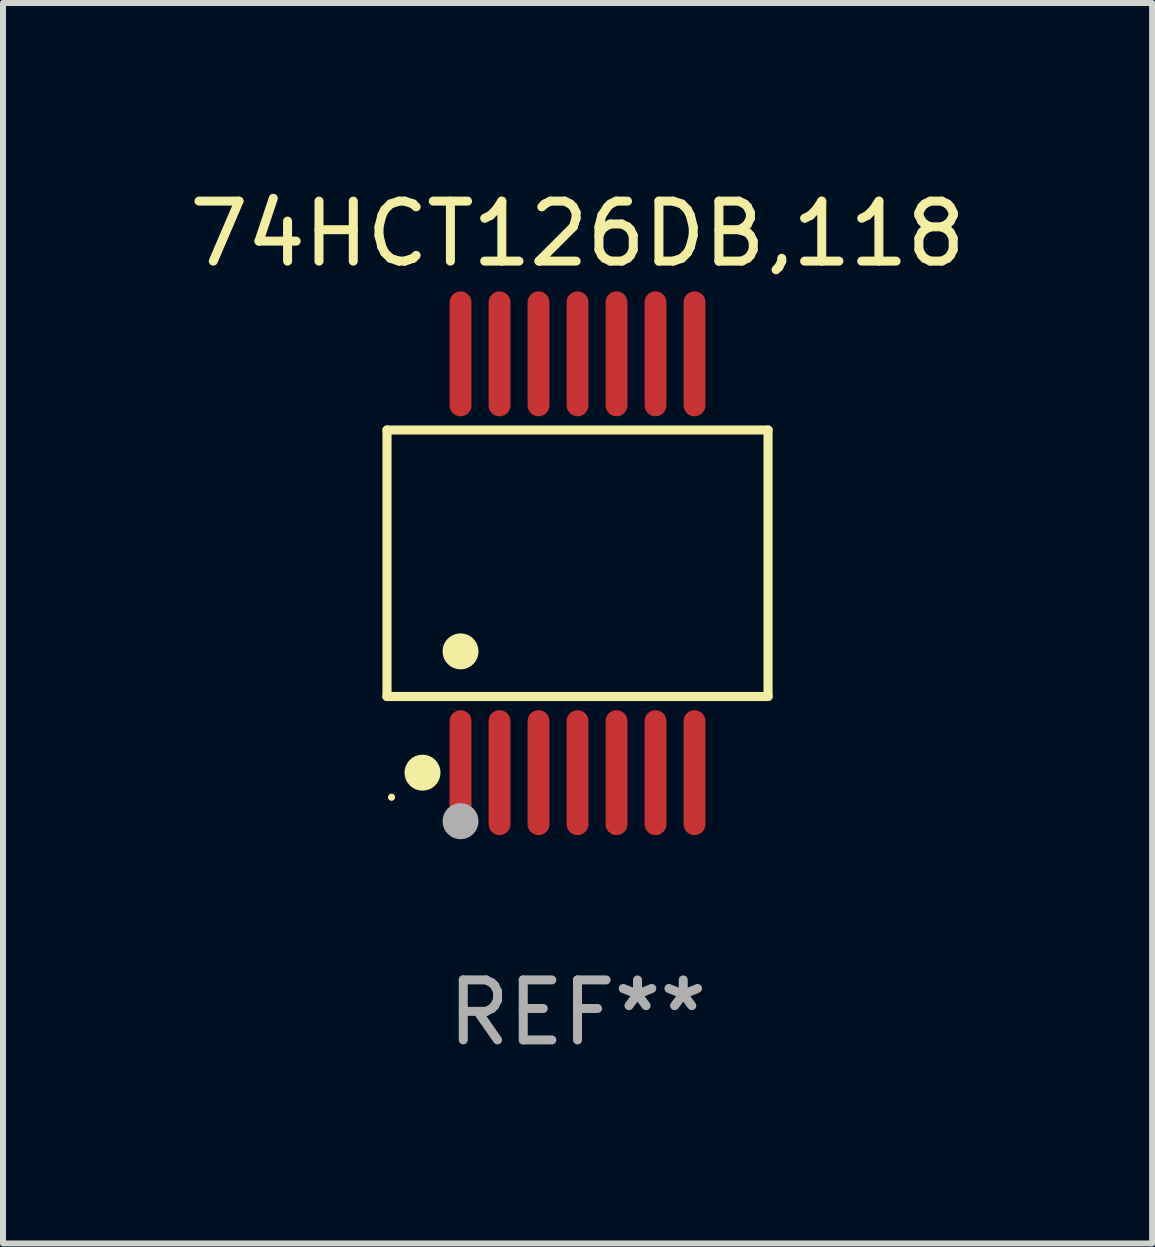
<source format=kicad_pcb>
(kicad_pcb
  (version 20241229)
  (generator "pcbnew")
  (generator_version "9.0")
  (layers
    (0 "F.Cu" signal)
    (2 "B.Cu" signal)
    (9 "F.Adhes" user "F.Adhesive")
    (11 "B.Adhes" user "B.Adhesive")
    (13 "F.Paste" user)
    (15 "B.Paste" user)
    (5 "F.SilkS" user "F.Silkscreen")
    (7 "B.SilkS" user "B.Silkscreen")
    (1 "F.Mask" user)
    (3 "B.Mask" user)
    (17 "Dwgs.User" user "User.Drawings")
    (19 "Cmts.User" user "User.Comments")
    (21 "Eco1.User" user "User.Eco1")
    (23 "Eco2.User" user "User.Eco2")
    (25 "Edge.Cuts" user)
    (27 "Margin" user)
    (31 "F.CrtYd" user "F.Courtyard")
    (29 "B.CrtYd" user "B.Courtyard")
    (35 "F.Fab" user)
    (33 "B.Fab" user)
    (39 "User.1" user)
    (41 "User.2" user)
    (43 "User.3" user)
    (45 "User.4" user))
  (footprint "74HCT126DB,118"
    (layer "F.Cu")
    (at 6.577 6.339)
    (property "Reference" "74HCT126DB,118" (at 0 -5.491 0) (layer "F.SilkS") (effects (font (size 1 1) (thickness 0.15))))
    (attr through_hole)
    (fp_line (start -3.176 -2.221) (end 3.176 -2.221) (stroke (width 0.152) (type solid)) (layer "F.SilkS"))
    (fp_line (start -3.176 2.221) (end -3.176 -2.221) (stroke (width 0.152) (type solid)) (layer "F.SilkS"))
    (fp_line (start 3.176 -2.221) (end 3.176 2.221) (stroke (width 0.152) (type solid)) (layer "F.SilkS"))
    (fp_line (start 3.176 2.221) (end -3.176 2.221) (stroke (width 0.152) (type solid)) (layer "F.SilkS"))
    (fp_circle (center -3.1 3.9) (end -3.07 3.9) (stroke (width 0.06) (type solid)) (fill no) (layer "F.SilkS"))
    (fp_circle (center -2.584 3.491) (end -2.434 3.491) (stroke (width 0.3) (type solid)) (fill no) (layer "F.SilkS"))
    (fp_circle (center -1.95 1.469) (end -1.8 1.469) (stroke (width 0.3) (type solid)) (fill no) (layer "F.SilkS"))
    (fp_circle (center -1.95 4.3) (end -1.8 4.3) (stroke (width 0.3) (type solid)) (fill no) (layer "F.Fab"))
    (fp_text user "REF**" (at 0 7.491 0) (layer "F.Fab") (effects (font (size 1 1) (thickness 0.15))))
    (pad "1" smd oval (at -1.95 3.491) (size 0.364 2.082) (layers "F.Cu" "F.Mask" "F.Paste"))
    (pad "2" smd oval (at -1.3 3.491) (size 0.364 2.082) (layers "F.Cu" "F.Mask" "F.Paste"))
    (pad "3" smd oval (at -0.65 3.491) (size 0.364 2.082) (layers "F.Cu" "F.Mask" "F.Paste"))
    (pad "4" smd oval (at 0 3.491) (size 0.364 2.082) (layers "F.Cu" "F.Mask" "F.Paste"))
    (pad "5" smd oval (at 0.65 3.491) (size 0.364 2.082) (layers "F.Cu" "F.Mask" "F.Paste"))
    (pad "6" smd oval (at 1.3 3.491) (size 0.364 2.082) (layers "F.Cu" "F.Mask" "F.Paste"))
    (pad "7" smd oval (at 1.95 3.491) (size 0.364 2.082) (layers "F.Cu" "F.Mask" "F.Paste"))
    (pad "8" smd oval (at 1.95 -3.491) (size 0.364 2.082) (layers "F.Cu" "F.Mask" "F.Paste"))
    (pad "9" smd oval (at 1.3 -3.491) (size 0.364 2.082) (layers "F.Cu" "F.Mask" "F.Paste"))
    (pad "10" smd oval (at 0.65 -3.491) (size 0.364 2.082) (layers "F.Cu" "F.Mask" "F.Paste"))
    (pad "11" smd oval (at 0 -3.491) (size 0.364 2.082) (layers "F.Cu" "F.Mask" "F.Paste"))
    (pad "12" smd oval (at -0.65 -3.491) (size 0.364 2.082) (layers "F.Cu" "F.Mask" "F.Paste"))
    (pad "13" smd oval (at -1.3 -3.491) (size 0.364 2.082) (layers "F.Cu" "F.Mask" "F.Paste"))
    (pad "14" smd oval (at -1.95 -3.491) (size 0.364 2.082) (layers "F.Cu" "F.Mask" "F.Paste")))
  (gr_rect
    (start -3 -3)
    (end 16.155 17.678)
    (stroke (width 0.1) (type default))
    (fill no)
    (layer "Edge.Cuts")))
</source>
